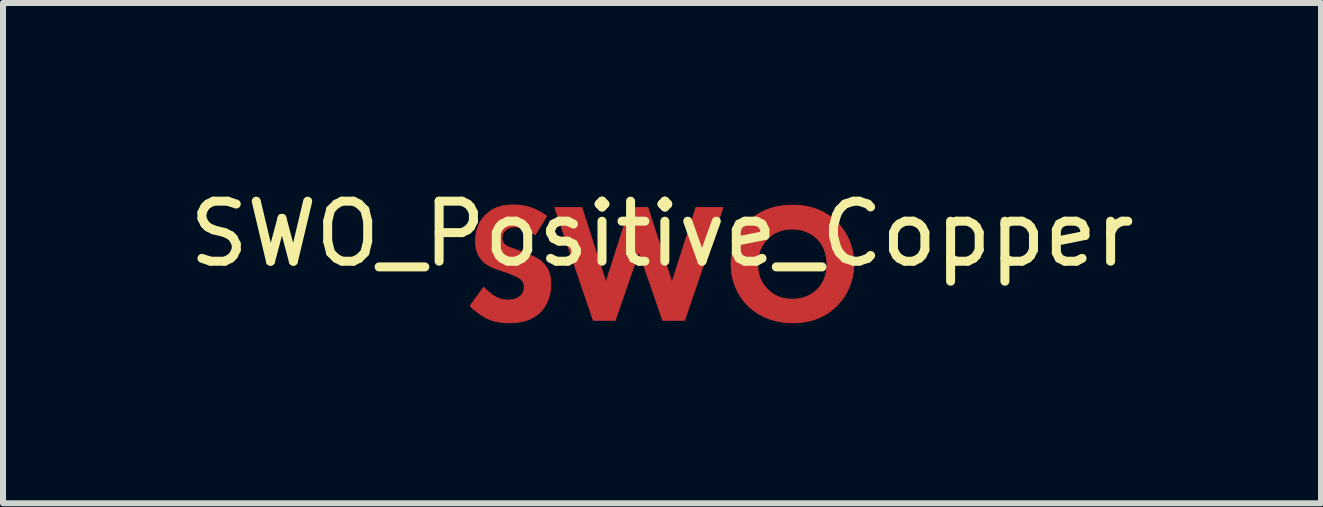
<source format=kicad_pcb>
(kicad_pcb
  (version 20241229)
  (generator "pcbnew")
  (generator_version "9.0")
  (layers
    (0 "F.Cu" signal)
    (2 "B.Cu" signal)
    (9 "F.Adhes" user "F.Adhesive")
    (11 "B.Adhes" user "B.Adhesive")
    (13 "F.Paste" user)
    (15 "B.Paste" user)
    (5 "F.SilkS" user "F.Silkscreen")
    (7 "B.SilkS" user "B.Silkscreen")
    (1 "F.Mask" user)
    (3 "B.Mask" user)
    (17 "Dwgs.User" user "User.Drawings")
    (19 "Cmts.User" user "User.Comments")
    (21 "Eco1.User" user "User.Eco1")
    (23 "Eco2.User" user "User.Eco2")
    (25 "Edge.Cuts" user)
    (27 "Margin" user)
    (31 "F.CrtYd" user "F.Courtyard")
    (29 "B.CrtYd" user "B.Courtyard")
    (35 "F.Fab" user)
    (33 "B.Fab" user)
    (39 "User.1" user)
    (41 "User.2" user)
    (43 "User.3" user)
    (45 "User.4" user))
  (footprint "SWO_Positive_Copper"
    (layer "F.Cu")
    (at 7.982 1.348)
    (property "Reference" "SWO_Positive_Copper" (at 0 -0.5 0) (unlocked yes) (layer "F.SilkS") (effects (font (size 1 1) (thickness 0.15))))
    (fp_poly (pts (xy -0.934 0.305) (xy -0.536 -0.941) (xy -0.236 -0.941) (xy 0.166 0.305) (xy 0.565 -0.941) (xy 1.017 -0.941) (xy 0.378 0.94) (xy 0.011 0.94) (xy -0.384 -0.203) (xy -0.779 0.94) (xy -1.146 0.94) (xy -1.788 -0.941) (xy -1.336 -0.941)) (stroke (width 0.013) (type solid)) (fill yes) (layer "F.Cu"))
    (fp_poly (pts (xy 2.232 -0.978) (xy 2.285 -0.975) (xy 2.337 -0.97) (xy 2.388 -0.962) (xy 2.438 -0.953) (xy 2.487 -0.941) (xy 2.534 -0.927) (xy 2.58 -0.911) (xy 2.625 -0.892) (xy 2.669 -0.872) (xy 2.712 -0.849) (xy 2.753 -0.825) (xy 2.793 -0.798) (xy 2.831 -0.769) (xy 2.868 -0.738) (xy 2.904 -0.704) (xy 2.904 -0.708) (xy 2.936 -0.675) (xy 2.967 -0.64) (xy 2.997 -0.603) (xy 3.024 -0.565) (xy 3.05 -0.525) (xy 3.074 -0.484) (xy 3.096 -0.441) (xy 3.117 -0.397) (xy 3.135 -0.351) (xy 3.151 -0.305) (xy 3.164 -0.257) (xy 3.176 -0.207) (xy 3.185 -0.157) (xy 3.191 -0.105) (xy 3.195 -0.052) (xy 3.197 0.001) (xy 3.196 0.048) (xy 3.192 0.095) (xy 3.187 0.142) (xy 3.179 0.189) (xy 3.169 0.236) (xy 3.157 0.282) (xy 3.143 0.328) (xy 3.126 0.374) (xy 3.107 0.419) (xy 3.085 0.463) (xy 3.061 0.506) (xy 3.035 0.548) (xy 3.006 0.59) (xy 2.974 0.63) (xy 2.94 0.669) (xy 2.904 0.707) (xy 2.87 0.738) (xy 2.835 0.767) (xy 2.798 0.795) (xy 2.76 0.821) (xy 2.721 0.846) (xy 2.679 0.868) (xy 2.637 0.889) (xy 2.592 0.908) (xy 2.546 0.925) (xy 2.499 0.94) (xy 2.449 0.952) (xy 2.399 0.963) (xy 2.346 0.971) (xy 2.291 0.977) (xy 2.235 0.981) (xy 2.177 0.982) (xy 2.112 0.98) (xy 2.05 0.976) (xy 1.991 0.968) (xy 1.934 0.958) (xy 1.879 0.945) (xy 1.827 0.93) (xy 1.778 0.913) (xy 1.731 0.895) (xy 1.687 0.874) (xy 1.645 0.853) (xy 1.605 0.83) (xy 1.568 0.806) (xy 1.533 0.782) (xy 1.501 0.757) (xy 1.471 0.732) (xy 1.444 0.707) (xy 1.411 0.674) (xy 1.379 0.639) (xy 1.35 0.603) (xy 1.322 0.565) (xy 1.296 0.525) (xy 1.272 0.484) (xy 1.25 0.441) (xy 1.23 0.397) (xy 1.212 0.352) (xy 1.196 0.306) (xy 1.182 0.258) (xy 1.171 0.21) (xy 1.162 0.16) (xy 1.156 0.11) (xy 1.152 0.06) (xy 1.151 0.008) (xy 1.595 0.008) (xy 1.596 0.04) (xy 1.598 0.071) (xy 1.601 0.102) (xy 1.606 0.132) (xy 1.612 0.16) (xy 1.619 0.188) (xy 1.628 0.216) (xy 1.638 0.242) (xy 1.649 0.268) (xy 1.662 0.294) (xy 1.676 0.318) (xy 1.692 0.342) (xy 1.709 0.365) (xy 1.727 0.388) (xy 1.747 0.41) (xy 1.768 0.432) (xy 1.791 0.453) (xy 1.814 0.472) (xy 1.837 0.489) (xy 1.861 0.505) (xy 1.885 0.519) (xy 1.91 0.532) (xy 1.935 0.543) (xy 1.96 0.553) (xy 1.985 0.561) (xy 2.011 0.568) (xy 2.037 0.574) (xy 2.063 0.579) (xy 2.09 0.583) (xy 2.116 0.585) (xy 2.143 0.586) (xy 2.17 0.587) (xy 2.205 0.586) (xy 2.239 0.584) (xy 2.272 0.58) (xy 2.303 0.574) (xy 2.333 0.568) (xy 2.362 0.56) (xy 2.39 0.55) (xy 2.417 0.54) (xy 2.442 0.529) (xy 2.466 0.516) (xy 2.489 0.503) (xy 2.511 0.489) (xy 2.532 0.474) (xy 2.551 0.458) (xy 2.569 0.442) (xy 2.587 0.425) (xy 2.601 0.411) (xy 2.615 0.395) (xy 2.629 0.378) (xy 2.643 0.359) (xy 2.657 0.339) (xy 2.67 0.317) (xy 2.683 0.294) (xy 2.695 0.269) (xy 2.707 0.242) (xy 2.717 0.214) (xy 2.722 0.199) (xy 2.726 0.183) (xy 2.73 0.167) (xy 2.734 0.151) (xy 2.737 0.135) (xy 2.74 0.117) (xy 2.743 0.1) (xy 2.745 0.082) (xy 2.747 0.063) (xy 2.748 0.044) (xy 2.749 0.025) (xy 2.749 0.005) (xy 2.748 -0.031) (xy 2.745 -0.066) (xy 2.741 -0.099) (xy 2.735 -0.131) (xy 2.728 -0.162) (xy 2.72 -0.192) (xy 2.71 -0.221) (xy 2.699 -0.248) (xy 2.688 -0.274) (xy 2.675 -0.299) (xy 2.662 -0.322) (xy 2.648 -0.344) (xy 2.633 -0.365) (xy 2.618 -0.384) (xy 2.602 -0.402) (xy 2.587 -0.419) (xy 2.569 -0.435) (xy 2.549 -0.452) (xy 2.529 -0.468) (xy 2.507 -0.483) (xy 2.484 -0.497) (xy 2.46 -0.51) (xy 2.435 -0.523) (xy 2.409 -0.534) (xy 2.382 -0.544) (xy 2.354 -0.554) (xy 2.325 -0.562) (xy 2.295 -0.568) (xy 2.265 -0.574) (xy 2.234 -0.578) (xy 2.202 -0.58) (xy 2.17 -0.581) (xy 2.138 -0.58) (xy 2.107 -0.578) (xy 2.077 -0.575) (xy 2.047 -0.57) (xy 2.019 -0.564) (xy 1.991 -0.556) (xy 1.964 -0.548) (xy 1.937 -0.538) (xy 1.912 -0.527) (xy 1.887 -0.515) (xy 1.864 -0.502) (xy 1.841 -0.487) (xy 1.819 -0.472) (xy 1.798 -0.455) (xy 1.777 -0.437) (xy 1.757 -0.419) (xy 1.761 -0.419) (xy 1.746 -0.403) (xy 1.731 -0.386) (xy 1.716 -0.368) (xy 1.701 -0.348) (xy 1.687 -0.327) (xy 1.673 -0.304) (xy 1.66 -0.28) (xy 1.648 -0.254) (xy 1.636 -0.227) (xy 1.626 -0.198) (xy 1.617 -0.167) (xy 1.61 -0.135) (xy 1.606 -0.119) (xy 1.604 -0.102) (xy 1.601 -0.084) (xy 1.599 -0.067) (xy 1.597 -0.048) (xy 1.596 -0.03) (xy 1.595 -0.011) (xy 1.595 0.008) (xy 1.151 0.008) (xy 1.152 -0.043) (xy 1.156 -0.094) (xy 1.163 -0.145) (xy 1.172 -0.195) (xy 1.184 -0.245) (xy 1.198 -0.293) (xy 1.214 -0.341) (xy 1.232 -0.388) (xy 1.252 -0.433) (xy 1.274 -0.477) (xy 1.298 -0.519) (xy 1.323 -0.56) (xy 1.35 -0.599) (xy 1.379 -0.636) (xy 1.409 -0.671) (xy 1.44 -0.704) (xy 1.465 -0.728) (xy 1.493 -0.753) (xy 1.523 -0.777) (xy 1.556 -0.801) (xy 1.591 -0.824) (xy 1.63 -0.847) (xy 1.671 -0.869) (xy 1.715 -0.89) (xy 1.762 -0.909) (xy 1.812 -0.926) (xy 1.838 -0.934) (xy 1.865 -0.941) (xy 1.892 -0.948) (xy 1.921 -0.954) (xy 1.95 -0.96) (xy 1.98 -0.965) (xy 2.011 -0.969) (xy 2.042 -0.973) (xy 2.075 -0.976) (xy 2.108 -0.978) (xy 2.142 -0.979) (xy 2.177 -0.979)) (stroke (width 0.013) (type solid)) (fill yes) (layer "F.Cu"))
    (fp_poly (pts (xy -2.427 -0.982) (xy -2.398 -0.98) (xy -2.368 -0.977) (xy -2.336 -0.973) (xy -2.303 -0.968) (xy -2.269 -0.961) (xy -2.234 -0.952) (xy -2.197 -0.941) (xy -2.16 -0.928) (xy -2.122 -0.913) (xy -2.083 -0.895) (xy -2.043 -0.875) (xy -2.003 -0.852) (xy -1.963 -0.825) (xy -1.922 -0.796) (xy -2.116 -0.479) (xy -2.116 -0.482) (xy -2.142 -0.504) (xy -2.168 -0.524) (xy -2.193 -0.542) (xy -2.217 -0.557) (xy -2.241 -0.569) (xy -2.264 -0.58) (xy -2.286 -0.589) (xy -2.307 -0.597) (xy -2.326 -0.603) (xy -2.345 -0.607) (xy -2.363 -0.611) (xy -2.38 -0.613) (xy -2.395 -0.615) (xy -2.409 -0.616) (xy -2.433 -0.616) (xy -2.457 -0.616) (xy -2.468 -0.615) (xy -2.481 -0.614) (xy -2.493 -0.613) (xy -2.505 -0.611) (xy -2.517 -0.609) (xy -2.529 -0.606) (xy -2.541 -0.602) (xy -2.553 -0.598) (xy -2.565 -0.592) (xy -2.576 -0.586) (xy -2.587 -0.579) (xy -2.597 -0.572) (xy -2.602 -0.567) (xy -2.607 -0.563) (xy -2.612 -0.558) (xy -2.617 -0.553) (xy -2.622 -0.547) (xy -2.627 -0.541) (xy -2.632 -0.535) (xy -2.637 -0.529) (xy -2.641 -0.522) (xy -2.645 -0.515) (xy -2.649 -0.508) (xy -2.652 -0.501) (xy -2.655 -0.493) (xy -2.658 -0.485) (xy -2.661 -0.477) (xy -2.663 -0.468) (xy -2.664 -0.46) (xy -2.665 -0.451) (xy -2.666 -0.442) (xy -2.666 -0.433) (xy -2.666 -0.424) (xy -2.666 -0.416) (xy -2.665 -0.408) (xy -2.664 -0.401) (xy -2.662 -0.393) (xy -2.66 -0.386) (xy -2.658 -0.38) (xy -2.656 -0.373) (xy -2.653 -0.367) (xy -2.65 -0.361) (xy -2.646 -0.355) (xy -2.643 -0.349) (xy -2.638 -0.343) (xy -2.634 -0.338) (xy -2.629 -0.332) (xy -2.624 -0.327) (xy -2.615 -0.319) (xy -2.606 -0.312) (xy -2.596 -0.305) (xy -2.586 -0.299) (xy -2.574 -0.293) (xy -2.563 -0.287) (xy -2.55 -0.281) (xy -2.536 -0.275) (xy -2.522 -0.269) (xy -2.506 -0.263) (xy -2.472 -0.251) (xy -2.388 -0.221) (xy -2.247 -0.168) (xy -2.215 -0.156) (xy -2.182 -0.142) (xy -2.149 -0.127) (xy -2.132 -0.119) (xy -2.115 -0.11) (xy -2.098 -0.101) (xy -2.082 -0.092) (xy -2.065 -0.082) (xy -2.049 -0.071) (xy -2.033 -0.06) (xy -2.018 -0.049) (xy -2.003 -0.036) (xy -1.989 -0.023) (xy -1.969 -0.003) (xy -1.952 0.017) (xy -1.936 0.039) (xy -1.921 0.06) (xy -1.909 0.082) (xy -1.897 0.105) (xy -1.888 0.127) (xy -1.879 0.15) (xy -1.872 0.173) (xy -1.866 0.195) (xy -1.861 0.218) (xy -1.858 0.24) (xy -1.855 0.262) (xy -1.853 0.284) (xy -1.852 0.305) (xy -1.851 0.326) (xy -1.852 0.362) (xy -1.854 0.397) (xy -1.858 0.432) (xy -1.863 0.466) (xy -1.87 0.499) (xy -1.878 0.531) (xy -1.887 0.563) (xy -1.897 0.593) (xy -1.909 0.622) (xy -1.921 0.65) (xy -1.935 0.677) (xy -1.95 0.703) (xy -1.965 0.727) (xy -1.982 0.75) (xy -1.999 0.772) (xy -2.017 0.791) (xy -2.033 0.808) (xy -2.049 0.823) (xy -2.066 0.837) (xy -2.083 0.85) (xy -2.1 0.863) (xy -2.117 0.875) (xy -2.153 0.896) (xy -2.189 0.914) (xy -2.226 0.929) (xy -2.263 0.942) (xy -2.299 0.953) (xy -2.336 0.961) (xy -2.371 0.968) (xy -2.405 0.973) (xy -2.438 0.977) (xy -2.469 0.98) (xy -2.498 0.981) (xy -2.55 0.982) (xy -2.575 0.982) (xy -2.6 0.981) (xy -2.624 0.98) (xy -2.648 0.978) (xy -2.672 0.975) (xy -2.696 0.972) (xy -2.719 0.969) (xy -2.742 0.964) (xy -2.765 0.959) (xy -2.788 0.954) (xy -2.811 0.947) (xy -2.834 0.94) (xy -2.856 0.932) (xy -2.879 0.924) (xy -2.901 0.915) (xy -2.924 0.904) (xy -2.942 0.895) (xy -2.96 0.884) (xy -2.979 0.873) (xy -2.997 0.861) (xy -3.016 0.849) (xy -3.034 0.837) (xy -3.071 0.81) (xy -3.106 0.782) (xy -3.14 0.755) (xy -3.171 0.727) (xy -3.199 0.7) (xy -2.973 0.389) (xy -2.954 0.408) (xy -2.932 0.428) (xy -2.91 0.448) (xy -2.886 0.468) (xy -2.863 0.487) (xy -2.84 0.505) (xy -2.829 0.513) (xy -2.818 0.521) (xy -2.807 0.528) (xy -2.797 0.534) (xy -2.783 0.542) (xy -2.769 0.55) (xy -2.755 0.557) (xy -2.741 0.564) (xy -2.727 0.57) (xy -2.713 0.575) (xy -2.698 0.58) (xy -2.684 0.585) (xy -2.669 0.589) (xy -2.655 0.592) (xy -2.639 0.595) (xy -2.624 0.597) (xy -2.609 0.599) (xy -2.593 0.6) (xy -2.577 0.601) (xy -2.561 0.601) (xy -2.55 0.601) (xy -2.538 0.6) (xy -2.527 0.6) (xy -2.515 0.598) (xy -2.502 0.597) (xy -2.49 0.595) (xy -2.477 0.592) (xy -2.464 0.589) (xy -2.451 0.585) (xy -2.438 0.581) (xy -2.426 0.576) (xy -2.413 0.57) (xy -2.4 0.563) (xy -2.387 0.555) (xy -2.375 0.547) (xy -2.363 0.537) (xy -2.356 0.531) (xy -2.35 0.525) (xy -2.344 0.518) (xy -2.338 0.51) (xy -2.332 0.502) (xy -2.326 0.494) (xy -2.321 0.485) (xy -2.316 0.476) (xy -2.312 0.467) (xy -2.308 0.456) (xy -2.304 0.446) (xy -2.303 0.44) (xy -2.301 0.435) (xy -2.3 0.429) (xy -2.299 0.423) (xy -2.298 0.417) (xy -2.297 0.411) (xy -2.297 0.405) (xy -2.296 0.399) (xy -2.296 0.392) (xy -2.296 0.386) (xy -2.296 0.374) (xy -2.297 0.363) (xy -2.298 0.353) (xy -2.3 0.343) (xy -2.303 0.333) (xy -2.306 0.324) (xy -2.309 0.315) (xy -2.313 0.307) (xy -2.317 0.299) (xy -2.322 0.291) (xy -2.327 0.284) (xy -2.333 0.277) (xy -2.339 0.27) (xy -2.346 0.264) (xy -2.352 0.258) (xy -2.359 0.252) (xy -2.369 0.244) (xy -2.381 0.236) (xy -2.393 0.228) (xy -2.407 0.22) (xy -2.421 0.213) (xy -2.436 0.205) (xy -2.467 0.191) (xy -2.499 0.178) (xy -2.529 0.165) (xy -2.578 0.146) (xy -2.733 0.093) (xy -2.767 0.081) (xy -2.801 0.067) (xy -2.836 0.053) (xy -2.853 0.045) (xy -2.871 0.036) (xy -2.887 0.027) (xy -2.904 0.017) (xy -2.92 0.007) (xy -2.936 -0.004) (xy -2.952 -0.015) (xy -2.967 -0.028) (xy -2.981 -0.041) (xy -2.994 -0.055) (xy -3.012 -0.075) (xy -3.028 -0.096) (xy -3.042 -0.117) (xy -3.054 -0.138) (xy -3.064 -0.16) (xy -3.074 -0.181) (xy -3.081 -0.203) (xy -3.088 -0.225) (xy -3.093 -0.246) (xy -3.098 -0.267) (xy -3.101 -0.288) (xy -3.104 -0.308) (xy -3.105 -0.328) (xy -3.107 -0.347) (xy -3.107 -0.383) (xy -3.107 -0.415) (xy -3.105 -0.445) (xy -3.102 -0.476) (xy -3.098 -0.505) (xy -3.092 -0.534) (xy -3.086 -0.562) (xy -3.078 -0.59) (xy -3.068 -0.617) (xy -3.058 -0.643) (xy -3.046 -0.669) (xy -3.033 -0.694) (xy -3.018 -0.718) (xy -3.002 -0.742) (xy -2.984 -0.765) (xy -2.965 -0.788) (xy -2.945 -0.81) (xy -2.92 -0.834) (xy -2.894 -0.856) (xy -2.867 -0.876) (xy -2.841 -0.894) (xy -2.813 -0.91) (xy -2.785 -0.924) (xy -2.757 -0.936) (xy -2.728 -0.947) (xy -2.699 -0.956) (xy -2.669 -0.964) (xy -2.639 -0.97) (xy -2.608 -0.975) (xy -2.576 -0.979) (xy -2.545 -0.981) (xy -2.512 -0.983) (xy -2.479 -0.983)) (stroke (width 0.013) (type solid)) (fill yes) (layer "F.Cu")))
  (gr_rect
    (start -3 -3)
    (end 18.964 5.337)
    (stroke (width 0.1) (type default))
    (fill no)
    (layer "Edge.Cuts")))
</source>
